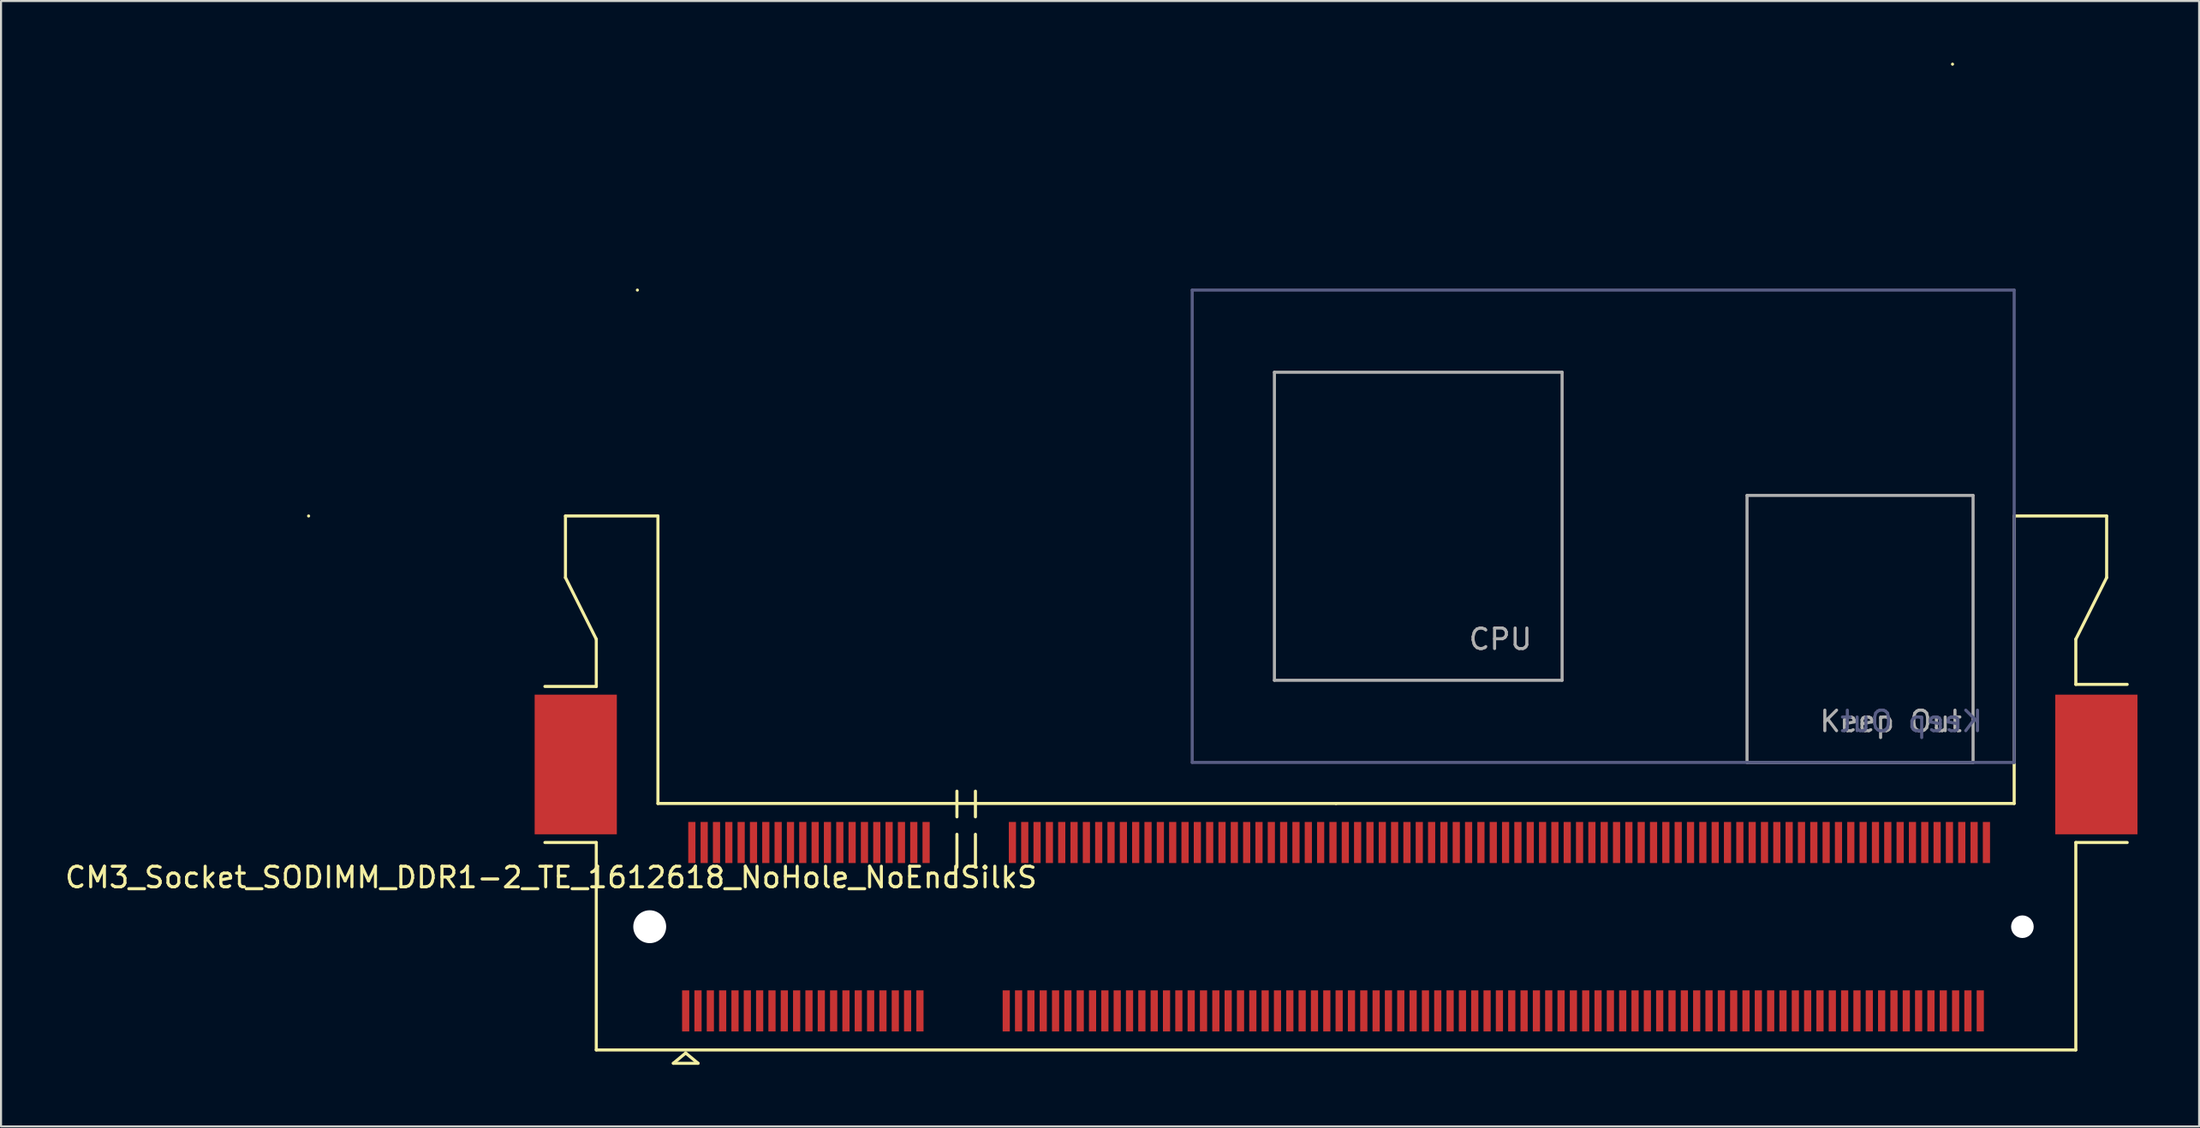
<source format=kicad_pcb>
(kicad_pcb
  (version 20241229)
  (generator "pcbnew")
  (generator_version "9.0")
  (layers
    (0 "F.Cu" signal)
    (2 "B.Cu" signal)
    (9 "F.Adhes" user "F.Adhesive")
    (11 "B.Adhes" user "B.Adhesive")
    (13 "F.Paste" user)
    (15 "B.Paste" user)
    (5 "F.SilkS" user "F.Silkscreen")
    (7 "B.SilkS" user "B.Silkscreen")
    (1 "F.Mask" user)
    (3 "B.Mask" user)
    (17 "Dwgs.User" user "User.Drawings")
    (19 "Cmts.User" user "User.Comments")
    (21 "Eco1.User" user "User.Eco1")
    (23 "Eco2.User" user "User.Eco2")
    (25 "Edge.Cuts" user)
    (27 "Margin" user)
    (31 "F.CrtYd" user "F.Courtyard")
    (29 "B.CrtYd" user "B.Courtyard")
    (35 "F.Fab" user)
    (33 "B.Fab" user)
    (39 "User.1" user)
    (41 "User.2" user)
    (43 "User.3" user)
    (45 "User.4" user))
  (footprint "CM3_Socket_SODIMM_DDR1-2_TE_1612618_NoHole_NoEndSilkS"
    (layer "F.Cu")
    (at 61.968 42.075)
    (property "Reference" "CM3_Socket_SODIMM_DDR1-2_TE_1612618_NoHole_NoEndSilkS" (at -38.2 -2.4 0) (layer "F.SilkS") (effects (font (size 1 1) (thickness 0.15))))
    (attr smd)
    (fp_line (start -50 -20) (end -50 -20) (stroke (width 0.15) (type solid)) (layer "F.SilkS"))
    (fp_line (start -37.5 -20) (end -37.5 -17) (stroke (width 0.15) (type solid)) (layer "F.SilkS"))
    (fp_line (start -37.5 -17) (end -36 -14) (stroke (width 0.15) (type solid)) (layer "F.SilkS"))
    (fp_line (start -36 -14) (end -36 -11.7) (stroke (width 0.15) (type solid)) (layer "F.SilkS"))
    (fp_line (start -36 -11.7) (end -38.5 -11.7) (stroke (width 0.15) (type solid)) (layer "F.SilkS"))
    (fp_line (start -36 -4.1) (end -38.5 -4.1) (stroke (width 0.15) (type solid)) (layer "F.SilkS"))
    (fp_line (start -36 -4.1) (end -36 6) (stroke (width 0.15) (type solid)) (layer "F.SilkS"))
    (fp_line (start -36 6) (end 36 6) (stroke (width 0.15) (type solid)) (layer "F.SilkS"))
    (fp_line (start -34 -31) (end -34 -31) (stroke (width 0.15) (type solid)) (layer "F.SilkS"))
    (fp_line (start -33 -20) (end -37.5 -20) (stroke (width 0.15) (type solid)) (layer "F.SilkS"))
    (fp_line (start -33 -6) (end -33 -20) (stroke (width 0.15) (type solid)) (layer "F.SilkS"))
    (fp_line (start -32.25 6.65) (end -31.65 6.15) (stroke (width 0.15) (type solid)) (layer "F.SilkS"))
    (fp_line (start -31.65 6.15) (end -31.05 6.65) (stroke (width 0.15) (type solid)) (layer "F.SilkS"))
    (fp_line (start -31.05 6.65) (end -32.25 6.65) (stroke (width 0.15) (type solid)) (layer "F.SilkS"))
    (fp_line (start -18.45 -5.35) (end -18.45 -6.6) (stroke (width 0.15) (type solid)) (layer "F.SilkS"))
    (fp_line (start -18.45 -4.5) (end -18.45 -2.9) (stroke (width 0.15) (type solid)) (layer "F.SilkS"))
    (fp_line (start -17.55 -5.35) (end -17.55 -6.6) (stroke (width 0.15) (type solid)) (layer "F.SilkS"))
    (fp_line (start -17.55 -4.5) (end -17.55 -2.9) (stroke (width 0.15) (type solid)) (layer "F.SilkS"))
    (fp_line (start 0 -6) (end -33 -6) (stroke (width 0.15) (type solid)) (layer "F.SilkS"))
    (fp_line (start 30 -42) (end 30 -42) (stroke (width 0.15) (type solid)) (layer "F.SilkS"))
    (fp_line (start 33 -20) (end 33 -6) (stroke (width 0.15) (type solid)) (layer "F.SilkS"))
    (fp_line (start 33 -6) (end 0 -6) (stroke (width 0.15) (type solid)) (layer "F.SilkS"))
    (fp_line (start 36 -14) (end 36 -11.8) (stroke (width 0.15) (type solid)) (layer "F.SilkS"))
    (fp_line (start 36 -14) (end 37.5 -17) (stroke (width 0.15) (type solid)) (layer "F.SilkS"))
    (fp_line (start 36 -11.8) (end 38.5 -11.8) (stroke (width 0.15) (type solid)) (layer "F.SilkS"))
    (fp_line (start 36 -4.1) (end 38.5 -4.1) (stroke (width 0.15) (type solid)) (layer "F.SilkS"))
    (fp_line (start 36 6) (end 36 -4.1) (stroke (width 0.15) (type solid)) (layer "F.SilkS"))
    (fp_line (start 37.5 -20) (end 33 -20) (stroke (width 0.15) (type solid)) (layer "F.SilkS"))
    (fp_line (start 37.5 -17) (end 37.5 -20) (stroke (width 0.15) (type solid)) (layer "F.SilkS"))
    (fp_line (start -7 -31) (end -7 -8) (stroke (width 0.15) (type solid)) (layer "B.Fab"))
    (fp_line (start -7 -8) (end 33 -8) (stroke (width 0.15) (type solid)) (layer "B.Fab"))
    (fp_line (start 33 -31) (end -7 -31) (stroke (width 0.15) (type solid)) (layer "B.Fab"))
    (fp_line (start 33 -8) (end 33 -31) (stroke (width 0.15) (type solid)) (layer "B.Fab"))
    (fp_line (start -3 -27) (end 11 -27) (stroke (width 0.15) (type solid)) (layer "F.Fab"))
    (fp_line (start -3 -12) (end -3 -27) (stroke (width 0.15) (type solid)) (layer "F.Fab"))
    (fp_line (start 11 -27) (end 11 -12) (stroke (width 0.15) (type solid)) (layer "F.Fab"))
    (fp_line (start 11 -12) (end -3 -12) (stroke (width 0.15) (type solid)) (layer "F.Fab"))
    (fp_line (start 20 -21) (end 31 -21) (stroke (width 0.15) (type solid)) (layer "F.Fab"))
    (fp_line (start 20 -8) (end 20 -21) (stroke (width 0.15) (type solid)) (layer "F.Fab"))
    (fp_line (start 31 -21) (end 31 -8) (stroke (width 0.15) (type solid)) (layer "F.Fab"))
    (fp_line (start 31 -8) (end 20 -8) (stroke (width 0.15) (type solid)) (layer "F.Fab"))
    (fp_text user "Keep Out" (at 28 -10 0) (layer "B.Fab") (effects (font (size 1 1) (thickness 0.15)) (justify mirror)))
    (fp_text user "Keep Out" (at 27 -10 0) (layer "F.Fab") (effects (font (size 1 1) (thickness 0.15))))
    (fp_text user "CPU" (at 8 -14 0) (layer "F.Fab") (effects (font (size 1 1) (thickness 0.15))))
    (pad "" smd rect (at -37 -7.9) (size 4 6.8) (layers "F.Cu" "F.Mask" "F.Paste"))
    (pad "" np_thru_hole circle (at -33.4 0) (size 1.6 1.6) (drill 1.6) (layers "*.Cu" "*.Mask"))
    (pad "" np_thru_hole circle (at 33.4 0) (size 1.1 1.1) (drill 1.1) (layers "*.Cu" "*.Mask"))
    (pad "" smd rect (at 37 -7.9) (size 4 6.8) (layers "F.Cu" "F.Mask" "F.Paste"))
    (pad "1" smd rect (at -31.65 4.1) (size 0.35 2) (layers "F.Cu" "F.Mask" "F.Paste"))
    (pad "2" smd rect (at -31.35 -4.1) (size 0.35 2) (layers "F.Cu" "F.Mask" "F.Paste"))
    (pad "3" smd rect (at -31.05 4.1) (size 0.35 2) (layers "F.Cu" "F.Mask" "F.Paste"))
    (pad "4" smd rect (at -30.75 -4.1) (size 0.35 2) (layers "F.Cu" "F.Mask" "F.Paste"))
    (pad "5" smd rect (at -30.45 4.1) (size 0.35 2) (layers "F.Cu" "F.Mask" "F.Paste"))
    (pad "6" smd rect (at -30.15 -4.1) (size 0.35 2) (layers "F.Cu" "F.Mask" "F.Paste"))
    (pad "7" smd rect (at -29.85 4.1) (size 0.35 2) (layers "F.Cu" "F.Mask" "F.Paste"))
    (pad "8" smd rect (at -29.55 -4.1) (size 0.35 2) (layers "F.Cu" "F.Mask" "F.Paste"))
    (pad "9" smd rect (at -29.25 4.1) (size 0.35 2) (layers "F.Cu" "F.Mask" "F.Paste"))
    (pad "10" smd rect (at -28.95 -4.1) (size 0.35 2) (layers "F.Cu" "F.Mask" "F.Paste"))
    (pad "11" smd rect (at -28.65 4.1) (size 0.35 2) (layers "F.Cu" "F.Mask" "F.Paste"))
    (pad "12" smd rect (at -28.35 -4.1) (size 0.35 2) (layers "F.Cu" "F.Mask" "F.Paste"))
    (pad "13" smd rect (at -28.05 4.1) (size 0.35 2) (layers "F.Cu" "F.Mask" "F.Paste"))
    (pad "14" smd rect (at -27.75 -4.1) (size 0.35 2) (layers "F.Cu" "F.Mask" "F.Paste"))
    (pad "15" smd rect (at -27.45 4.1) (size 0.35 2) (layers "F.Cu" "F.Mask" "F.Paste"))
    (pad "16" smd rect (at -27.15 -4.1) (size 0.35 2) (layers "F.Cu" "F.Mask" "F.Paste"))
    (pad "17" smd rect (at -26.85 4.1) (size 0.35 2) (layers "F.Cu" "F.Mask" "F.Paste"))
    (pad "18" smd rect (at -26.55 -4.1) (size 0.35 2) (layers "F.Cu" "F.Mask" "F.Paste"))
    (pad "19" smd rect (at -26.25 4.1) (size 0.35 2) (layers "F.Cu" "F.Mask" "F.Paste"))
    (pad "20" smd rect (at -25.95 -4.1) (size 0.35 2) (layers "F.Cu" "F.Mask" "F.Paste"))
    (pad "21" smd rect (at -25.65 4.1) (size 0.35 2) (layers "F.Cu" "F.Mask" "F.Paste"))
    (pad "22" smd rect (at -25.35 -4.1) (size 0.35 2) (layers "F.Cu" "F.Mask" "F.Paste"))
    (pad "23" smd rect (at -25.05 4.1) (size 0.35 2) (layers "F.Cu" "F.Mask" "F.Paste"))
    (pad "24" smd rect (at -24.75 -4.1) (size 0.35 2) (layers "F.Cu" "F.Mask" "F.Paste"))
    (pad "25" smd rect (at -24.45 4.1) (size 0.35 2) (layers "F.Cu" "F.Mask" "F.Paste"))
    (pad "26" smd rect (at -24.15 -4.1) (size 0.35 2) (layers "F.Cu" "F.Mask" "F.Paste"))
    (pad "27" smd rect (at -23.85 4.1) (size 0.35 2) (layers "F.Cu" "F.Mask" "F.Paste"))
    (pad "28" smd rect (at -23.55 -4.1) (size 0.35 2) (layers "F.Cu" "F.Mask" "F.Paste"))
    (pad "29" smd rect (at -23.25 4.1) (size 0.35 2) (layers "F.Cu" "F.Mask" "F.Paste"))
    (pad "30" smd rect (at -22.95 -4.1) (size 0.35 2) (layers "F.Cu" "F.Mask" "F.Paste"))
    (pad "31" smd rect (at -22.65 4.1) (size 0.35 2) (layers "F.Cu" "F.Mask" "F.Paste"))
    (pad "32" smd rect (at -22.35 -4.1) (size 0.35 2) (layers "F.Cu" "F.Mask" "F.Paste"))
    (pad "33" smd rect (at -22.05 4.1) (size 0.35 2) (layers "F.Cu" "F.Mask" "F.Paste"))
    (pad "34" smd rect (at -21.75 -4.1) (size 0.35 2) (layers "F.Cu" "F.Mask" "F.Paste"))
    (pad "35" smd rect (at -21.45 4.1) (size 0.35 2) (layers "F.Cu" "F.Mask" "F.Paste"))
    (pad "36" smd rect (at -21.15 -4.1) (size 0.35 2) (layers "F.Cu" "F.Mask" "F.Paste"))
    (pad "37" smd rect (at -20.85 4.1) (size 0.35 2) (layers "F.Cu" "F.Mask" "F.Paste"))
    (pad "38" smd rect (at -20.55 -4.1) (size 0.35 2) (layers "F.Cu" "F.Mask" "F.Paste"))
    (pad "39" smd rect (at -20.25 4.1) (size 0.35 2) (layers "F.Cu" "F.Mask" "F.Paste"))
    (pad "40" smd rect (at -19.95 -4.1) (size 0.35 2) (layers "F.Cu" "F.Mask" "F.Paste"))
    (pad "41" smd rect (at -16.05 4.1) (size 0.35 2) (layers "F.Cu" "F.Mask" "F.Paste"))
    (pad "42" smd rect (at -15.75 -4.1) (size 0.35 2) (layers "F.Cu" "F.Mask" "F.Paste"))
    (pad "43" smd rect (at -15.45 4.1) (size 0.35 2) (layers "F.Cu" "F.Mask" "F.Paste"))
    (pad "44" smd rect (at -15.15 -4.1) (size 0.35 2) (layers "F.Cu" "F.Mask" "F.Paste"))
    (pad "45" smd rect (at -14.85 4.1) (size 0.35 2) (layers "F.Cu" "F.Mask" "F.Paste"))
    (pad "46" smd rect (at -14.55 -4.1) (size 0.35 2) (layers "F.Cu" "F.Mask" "F.Paste"))
    (pad "47" smd rect (at -14.25 4.1) (size 0.35 2) (layers "F.Cu" "F.Mask" "F.Paste"))
    (pad "48" smd rect (at -13.95 -4.1) (size 0.35 2) (layers "F.Cu" "F.Mask" "F.Paste"))
    (pad "49" smd rect (at -13.65 4.1) (size 0.35 2) (layers "F.Cu" "F.Mask" "F.Paste"))
    (pad "50" smd rect (at -13.35 -4.1) (size 0.35 2) (layers "F.Cu" "F.Mask" "F.Paste"))
    (pad "51" smd rect (at -13.05 4.1) (size 0.35 2) (layers "F.Cu" "F.Mask" "F.Paste"))
    (pad "52" smd rect (at -12.75 -4.1) (size 0.35 2) (layers "F.Cu" "F.Mask" "F.Paste"))
    (pad "53" smd rect (at -12.45 4.1) (size 0.35 2) (layers "F.Cu" "F.Mask" "F.Paste"))
    (pad "54" smd rect (at -12.15 -4.1) (size 0.35 2) (layers "F.Cu" "F.Mask" "F.Paste"))
    (pad "55" smd rect (at -11.85 4.1) (size 0.35 2) (layers "F.Cu" "F.Mask" "F.Paste"))
    (pad "56" smd rect (at -11.55 -4.1) (size 0.35 2) (layers "F.Cu" "F.Mask" "F.Paste"))
    (pad "57" smd rect (at -11.25 4.1) (size 0.35 2) (layers "F.Cu" "F.Mask" "F.Paste"))
    (pad "58" smd rect (at -10.95 -4.1) (size 0.35 2) (layers "F.Cu" "F.Mask" "F.Paste"))
    (pad "59" smd rect (at -10.65 4.1) (size 0.35 2) (layers "F.Cu" "F.Mask" "F.Paste"))
    (pad "60" smd rect (at -10.35 -4.1) (size 0.35 2) (layers "F.Cu" "F.Mask" "F.Paste"))
    (pad "61" smd rect (at -10.05 4.1) (size 0.35 2) (layers "F.Cu" "F.Mask" "F.Paste"))
    (pad "62" smd rect (at -9.75 -4.1) (size 0.35 2) (layers "F.Cu" "F.Mask" "F.Paste"))
    (pad "63" smd rect (at -9.45 4.1) (size 0.35 2) (layers "F.Cu" "F.Mask" "F.Paste"))
    (pad "64" smd rect (at -9.15 -4.1) (size 0.35 2) (layers "F.Cu" "F.Mask" "F.Paste"))
    (pad "65" smd rect (at -8.85 4.1) (size 0.35 2) (layers "F.Cu" "F.Mask" "F.Paste"))
    (pad "66" smd rect (at -8.55 -4.1) (size 0.35 2) (layers "F.Cu" "F.Mask" "F.Paste"))
    (pad "67" smd rect (at -8.25 4.1) (size 0.35 2) (layers "F.Cu" "F.Mask" "F.Paste"))
    (pad "68" smd rect (at -7.95 -4.1) (size 0.35 2) (layers "F.Cu" "F.Mask" "F.Paste"))
    (pad "69" smd rect (at -7.65 4.1) (size 0.35 2) (layers "F.Cu" "F.Mask" "F.Paste"))
    (pad "70" smd rect (at -7.35 -4.1) (size 0.35 2) (layers "F.Cu" "F.Mask" "F.Paste"))
    (pad "71" smd rect (at -7.05 4.1) (size 0.35 2) (layers "F.Cu" "F.Mask" "F.Paste"))
    (pad "72" smd rect (at -6.75 -4.1) (size 0.35 2) (layers "F.Cu" "F.Mask" "F.Paste"))
    (pad "73" smd rect (at -6.45 4.1) (size 0.35 2) (layers "F.Cu" "F.Mask" "F.Paste"))
    (pad "74" smd rect (at -6.15 -4.1) (size 0.35 2) (layers "F.Cu" "F.Mask" "F.Paste"))
    (pad "75" smd rect (at -5.85 4.1) (size 0.35 2) (layers "F.Cu" "F.Mask" "F.Paste"))
    (pad "76" smd rect (at -5.55 -4.1) (size 0.35 2) (layers "F.Cu" "F.Mask" "F.Paste"))
    (pad "77" smd rect (at -5.25 4.1) (size 0.35 2) (layers "F.Cu" "F.Mask" "F.Paste"))
    (pad "78" smd rect (at -4.95 -4.1) (size 0.35 2) (layers "F.Cu" "F.Mask" "F.Paste"))
    (pad "79" smd rect (at -4.65 4.1) (size 0.35 2) (layers "F.Cu" "F.Mask" "F.Paste"))
    (pad "80" smd rect (at -4.35 -4.1) (size 0.35 2) (layers "F.Cu" "F.Mask" "F.Paste"))
    (pad "81" smd rect (at -4.05 4.1) (size 0.35 2) (layers "F.Cu" "F.Mask" "F.Paste"))
    (pad "82" smd rect (at -3.75 -4.1) (size 0.35 2) (layers "F.Cu" "F.Mask" "F.Paste"))
    (pad "83" smd rect (at -3.45 4.1) (size 0.35 2) (layers "F.Cu" "F.Mask" "F.Paste"))
    (pad "84" smd rect (at -3.15 -4.1) (size 0.35 2) (layers "F.Cu" "F.Mask" "F.Paste"))
    (pad "85" smd rect (at -2.85 4.1) (size 0.35 2) (layers "F.Cu" "F.Mask" "F.Paste"))
    (pad "86" smd rect (at -2.55 -4.1) (size 0.35 2) (layers "F.Cu" "F.Mask" "F.Paste"))
    (pad "87" smd rect (at -2.25 4.1) (size 0.35 2) (layers "F.Cu" "F.Mask" "F.Paste"))
    (pad "88" smd rect (at -1.95 -4.1) (size 0.35 2) (layers "F.Cu" "F.Mask" "F.Paste"))
    (pad "89" smd rect (at -1.65 4.1) (size 0.35 2) (layers "F.Cu" "F.Mask" "F.Paste"))
    (pad "90" smd rect (at -1.35 -4.1) (size 0.35 2) (layers "F.Cu" "F.Mask" "F.Paste"))
    (pad "91" smd rect (at -1.05 4.1) (size 0.35 2) (layers "F.Cu" "F.Mask" "F.Paste"))
    (pad "92" smd rect (at -0.75 -4.1) (size 0.35 2) (layers "F.Cu" "F.Mask" "F.Paste"))
    (pad "93" smd rect (at -0.45 4.1) (size 0.35 2) (layers "F.Cu" "F.Mask" "F.Paste"))
    (pad "94" smd rect (at -0.15 -4.1) (size 0.35 2) (layers "F.Cu" "F.Mask" "F.Paste"))
    (pad "95" smd rect (at 0.15 4.1) (size 0.35 2) (layers "F.Cu" "F.Mask" "F.Paste"))
    (pad "96" smd rect (at 0.45 -4.1) (size 0.35 2) (layers "F.Cu" "F.Mask" "F.Paste"))
    (pad "97" smd rect (at 0.75 4.1) (size 0.35 2) (layers "F.Cu" "F.Mask" "F.Paste"))
    (pad "98" smd rect (at 1.05 -4.1) (size 0.35 2) (layers "F.Cu" "F.Mask" "F.Paste"))
    (pad "99" smd rect (at 1.35 4.1) (size 0.35 2) (layers "F.Cu" "F.Mask" "F.Paste"))
    (pad "100" smd rect (at 1.65 -4.1) (size 0.35 2) (layers "F.Cu" "F.Mask" "F.Paste"))
    (pad "101" smd rect (at 1.95 4.1) (size 0.35 2) (layers "F.Cu" "F.Mask" "F.Paste"))
    (pad "102" smd rect (at 2.25 -4.1) (size 0.35 2) (layers "F.Cu" "F.Mask" "F.Paste"))
    (pad "103" smd rect (at 2.55 4.1) (size 0.35 2) (layers "F.Cu" "F.Mask" "F.Paste"))
    (pad "104" smd rect (at 2.85 -4.1) (size 0.35 2) (layers "F.Cu" "F.Mask" "F.Paste"))
    (pad "105" smd rect (at 3.15 4.1) (size 0.35 2) (layers "F.Cu" "F.Mask" "F.Paste"))
    (pad "106" smd rect (at 3.45 -4.1) (size 0.35 2) (layers "F.Cu" "F.Mask" "F.Paste"))
    (pad "107" smd rect (at 3.75 4.1) (size 0.35 2) (layers "F.Cu" "F.Mask" "F.Paste"))
    (pad "108" smd rect (at 4.05 -4.1) (size 0.35 2) (layers "F.Cu" "F.Mask" "F.Paste"))
    (pad "109" smd rect (at 4.35 4.1) (size 0.35 2) (layers "F.Cu" "F.Mask" "F.Paste"))
    (pad "110" smd rect (at 4.65 -4.1) (size 0.35 2) (layers "F.Cu" "F.Mask" "F.Paste"))
    (pad "111" smd rect (at 4.95 4.1) (size 0.35 2) (layers "F.Cu" "F.Mask" "F.Paste"))
    (pad "112" smd rect (at 5.25 -4.1) (size 0.35 2) (layers "F.Cu" "F.Mask" "F.Paste"))
    (pad "113" smd rect (at 5.55 4.1) (size 0.35 2) (layers "F.Cu" "F.Mask" "F.Paste"))
    (pad "114" smd rect (at 5.85 -4.1) (size 0.35 2) (layers "F.Cu" "F.Mask" "F.Paste"))
    (pad "115" smd rect (at 6.15 4.1) (size 0.35 2) (layers "F.Cu" "F.Mask" "F.Paste"))
    (pad "116" smd rect (at 6.45 -4.1) (size 0.35 2) (layers "F.Cu" "F.Mask" "F.Paste"))
    (pad "117" smd rect (at 6.75 4.1) (size 0.35 2) (layers "F.Cu" "F.Mask" "F.Paste"))
    (pad "118" smd rect (at 7.05 -4.1) (size 0.35 2) (layers "F.Cu" "F.Mask" "F.Paste"))
    (pad "119" smd rect (at 7.35 4.1) (size 0.35 2) (layers "F.Cu" "F.Mask" "F.Paste"))
    (pad "120" smd rect (at 7.65 -4.1) (size 0.35 2) (layers "F.Cu" "F.Mask" "F.Paste"))
    (pad "121" smd rect (at 7.95 4.1) (size 0.35 2) (layers "F.Cu" "F.Mask" "F.Paste"))
    (pad "122" smd rect (at 8.25 -4.1) (size 0.35 2) (layers "F.Cu" "F.Mask" "F.Paste"))
    (pad "123" smd rect (at 8.55 4.1) (size 0.35 2) (layers "F.Cu" "F.Mask" "F.Paste"))
    (pad "124" smd rect (at 8.85 -4.1) (size 0.35 2) (layers "F.Cu" "F.Mask" "F.Paste"))
    (pad "125" smd rect (at 9.15 4.1) (size 0.35 2) (layers "F.Cu" "F.Mask" "F.Paste"))
    (pad "126" smd rect (at 9.45 -4.1) (size 0.35 2) (layers "F.Cu" "F.Mask" "F.Paste"))
    (pad "127" smd rect (at 9.75 4.1) (size 0.35 2) (layers "F.Cu" "F.Mask" "F.Paste"))
    (pad "128" smd rect (at 10.05 -4.1) (size 0.35 2) (layers "F.Cu" "F.Mask" "F.Paste"))
    (pad "129" smd rect (at 10.35 4.1) (size 0.35 2) (layers "F.Cu" "F.Mask" "F.Paste"))
    (pad "130" smd rect (at 10.65 -4.1) (size 0.35 2) (layers "F.Cu" "F.Mask" "F.Paste"))
    (pad "131" smd rect (at 10.95 4.1) (size 0.35 2) (layers "F.Cu" "F.Mask" "F.Paste"))
    (pad "132" smd rect (at 11.25 -4.1) (size 0.35 2) (layers "F.Cu" "F.Mask" "F.Paste"))
    (pad "133" smd rect (at 11.55 4.1) (size 0.35 2) (layers "F.Cu" "F.Mask" "F.Paste"))
    (pad "134" smd rect (at 11.85 -4.1) (size 0.35 2) (layers "F.Cu" "F.Mask" "F.Paste"))
    (pad "135" smd rect (at 12.15 4.1) (size 0.35 2) (layers "F.Cu" "F.Mask" "F.Paste"))
    (pad "136" smd rect (at 12.45 -4.1) (size 0.35 2) (layers "F.Cu" "F.Mask" "F.Paste"))
    (pad "137" smd rect (at 12.75 4.1) (size 0.35 2) (layers "F.Cu" "F.Mask" "F.Paste"))
    (pad "138" smd rect (at 13.05 -4.1) (size 0.35 2) (layers "F.Cu" "F.Mask" "F.Paste"))
    (pad "139" smd rect (at 13.35 4.1) (size 0.35 2) (layers "F.Cu" "F.Mask" "F.Paste"))
    (pad "140" smd rect (at 13.65 -4.1) (size 0.35 2) (layers "F.Cu" "F.Mask" "F.Paste"))
    (pad "141" smd rect (at 13.95 4.1) (size 0.35 2) (layers "F.Cu" "F.Mask" "F.Paste"))
    (pad "142" smd rect (at 14.25 -4.1) (size 0.35 2) (layers "F.Cu" "F.Mask" "F.Paste"))
    (pad "143" smd rect (at 14.55 4.1) (size 0.35 2) (layers "F.Cu" "F.Mask" "F.Paste"))
    (pad "144" smd rect (at 14.85 -4.1) (size 0.35 2) (layers "F.Cu" "F.Mask" "F.Paste"))
    (pad "145" smd rect (at 15.15 4.1) (size 0.35 2) (layers "F.Cu" "F.Mask" "F.Paste"))
    (pad "146" smd rect (at 15.45 -4.1) (size 0.35 2) (layers "F.Cu" "F.Mask" "F.Paste"))
    (pad "147" smd rect (at 15.75 4.1) (size 0.35 2) (layers "F.Cu" "F.Mask" "F.Paste"))
    (pad "148" smd rect (at 16.05 -4.1) (size 0.35 2) (layers "F.Cu" "F.Mask" "F.Paste"))
    (pad "149" smd rect (at 16.35 4.1) (size 0.35 2) (layers "F.Cu" "F.Mask" "F.Paste"))
    (pad "150" smd rect (at 16.65 -4.1) (size 0.35 2) (layers "F.Cu" "F.Mask" "F.Paste"))
    (pad "151" smd rect (at 16.95 4.1) (size 0.35 2) (layers "F.Cu" "F.Mask" "F.Paste"))
    (pad "152" smd rect (at 17.25 -4.1) (size 0.35 2) (layers "F.Cu" "F.Mask" "F.Paste"))
    (pad "153" smd rect (at 17.55 4.1) (size 0.35 2) (layers "F.Cu" "F.Mask" "F.Paste"))
    (pad "154" smd rect (at 17.85 -4.1) (size 0.35 2) (layers "F.Cu" "F.Mask" "F.Paste"))
    (pad "155" smd rect (at 18.15 4.1) (size 0.35 2) (layers "F.Cu" "F.Mask" "F.Paste"))
    (pad "156" smd rect (at 18.45 -4.1) (size 0.35 2) (layers "F.Cu" "F.Mask" "F.Paste"))
    (pad "157" smd rect (at 18.75 4.1) (size 0.35 2) (layers "F.Cu" "F.Mask" "F.Paste"))
    (pad "158" smd rect (at 19.05 -4.1) (size 0.35 2) (layers "F.Cu" "F.Mask" "F.Paste"))
    (pad "159" smd rect (at 19.35 4.1) (size 0.35 2) (layers "F.Cu" "F.Mask" "F.Paste"))
    (pad "160" smd rect (at 19.65 -4.1) (size 0.35 2) (layers "F.Cu" "F.Mask" "F.Paste"))
    (pad "161" smd rect (at 19.95 4.1) (size 0.35 2) (layers "F.Cu" "F.Mask" "F.Paste"))
    (pad "162" smd rect (at 20.25 -4.1) (size 0.35 2) (layers "F.Cu" "F.Mask" "F.Paste"))
    (pad "163" smd rect (at 20.55 4.1) (size 0.35 2) (layers "F.Cu" "F.Mask" "F.Paste"))
    (pad "164" smd rect (at 20.85 -4.1) (size 0.35 2) (layers "F.Cu" "F.Mask" "F.Paste"))
    (pad "165" smd rect (at 21.15 4.1) (size 0.35 2) (layers "F.Cu" "F.Mask" "F.Paste"))
    (pad "166" smd rect (at 21.45 -4.1) (size 0.35 2) (layers "F.Cu" "F.Mask" "F.Paste"))
    (pad "167" smd rect (at 21.75 4.1) (size 0.35 2) (layers "F.Cu" "F.Mask" "F.Paste"))
    (pad "168" smd rect (at 22.05 -4.1) (size 0.35 2) (layers "F.Cu" "F.Mask" "F.Paste"))
    (pad "169" smd rect (at 22.35 4.1) (size 0.35 2) (layers "F.Cu" "F.Mask" "F.Paste"))
    (pad "170" smd rect (at 22.65 -4.1) (size 0.35 2) (layers "F.Cu" "F.Mask" "F.Paste"))
    (pad "171" smd rect (at 22.95 4.1) (size 0.35 2) (layers "F.Cu" "F.Mask" "F.Paste"))
    (pad "172" smd rect (at 23.25 -4.1) (size 0.35 2) (layers "F.Cu" "F.Mask" "F.Paste"))
    (pad "173" smd rect (at 23.55 4.1) (size 0.35 2) (layers "F.Cu" "F.Mask" "F.Paste"))
    (pad "174" smd rect (at 23.85 -4.1) (size 0.35 2) (layers "F.Cu" "F.Mask" "F.Paste"))
    (pad "175" smd rect (at 24.15 4.1) (size 0.35 2) (layers "F.Cu" "F.Mask" "F.Paste"))
    (pad "176" smd rect (at 24.45 -4.1) (size 0.35 2) (layers "F.Cu" "F.Mask" "F.Paste"))
    (pad "177" smd rect (at 24.75 4.1) (size 0.35 2) (layers "F.Cu" "F.Mask" "F.Paste"))
    (pad "178" smd rect (at 25.05 -4.1) (size 0.35 2) (layers "F.Cu" "F.Mask" "F.Paste"))
    (pad "179" smd rect (at 25.35 4.1) (size 0.35 2) (layers "F.Cu" "F.Mask" "F.Paste"))
    (pad "180" smd rect (at 25.65 -4.1) (size 0.35 2) (layers "F.Cu" "F.Mask" "F.Paste"))
    (pad "181" smd rect (at 25.95 4.1) (size 0.35 2) (layers "F.Cu" "F.Mask" "F.Paste"))
    (pad "182" smd rect (at 26.25 -4.1) (size 0.35 2) (layers "F.Cu" "F.Mask" "F.Paste"))
    (pad "183" smd rect (at 26.55 4.1) (size 0.35 2) (layers "F.Cu" "F.Mask" "F.Paste"))
    (pad "184" smd rect (at 26.85 -4.1) (size 0.35 2) (layers "F.Cu" "F.Mask" "F.Paste"))
    (pad "185" smd rect (at 27.15 4.1) (size 0.35 2) (layers "F.Cu" "F.Mask" "F.Paste"))
    (pad "186" smd rect (at 27.45 -4.1) (size 0.35 2) (layers "F.Cu" "F.Mask" "F.Paste"))
    (pad "187" smd rect (at 27.75 4.1) (size 0.35 2) (layers "F.Cu" "F.Mask" "F.Paste"))
    (pad "188" smd rect (at 28.05 -4.1) (size 0.35 2) (layers "F.Cu" "F.Mask" "F.Paste"))
    (pad "189" smd rect (at 28.35 4.1) (size 0.35 2) (layers "F.Cu" "F.Mask" "F.Paste"))
    (pad "190" smd rect (at 28.65 -4.1) (size 0.35 2) (layers "F.Cu" "F.Mask" "F.Paste"))
    (pad "191" smd rect (at 28.95 4.1) (size 0.35 2) (layers "F.Cu" "F.Mask" "F.Paste"))
    (pad "192" smd rect (at 29.25 -4.1) (size 0.35 2) (layers "F.Cu" "F.Mask" "F.Paste"))
    (pad "193" smd rect (at 29.55 4.1) (size 0.35 2) (layers "F.Cu" "F.Mask" "F.Paste"))
    (pad "194" smd rect (at 29.85 -4.1) (size 0.35 2) (layers "F.Cu" "F.Mask" "F.Paste"))
    (pad "195" smd rect (at 30.15 4.1) (size 0.35 2) (layers "F.Cu" "F.Mask" "F.Paste"))
    (pad "196" smd rect (at 30.45 -4.1) (size 0.35 2) (layers "F.Cu" "F.Mask" "F.Paste"))
    (pad "197" smd rect (at 30.75 4.1) (size 0.35 2) (layers "F.Cu" "F.Mask" "F.Paste"))
    (pad "198" smd rect (at 31.05 -4.1) (size 0.35 2) (layers "F.Cu" "F.Mask" "F.Paste"))
    (pad "199" smd rect (at 31.35 4.1) (size 0.35 2) (layers "F.Cu" "F.Mask" "F.Paste"))
    (pad "200" smd rect (at 31.65 -4.1) (size 0.35 2) (layers "F.Cu" "F.Mask" "F.Paste")))
  (gr_rect
    (start -3 -3)
    (end 103.968 51.8)
    (stroke (width 0.1) (type default))
    (fill no)
    (layer "Edge.Cuts")))
</source>
